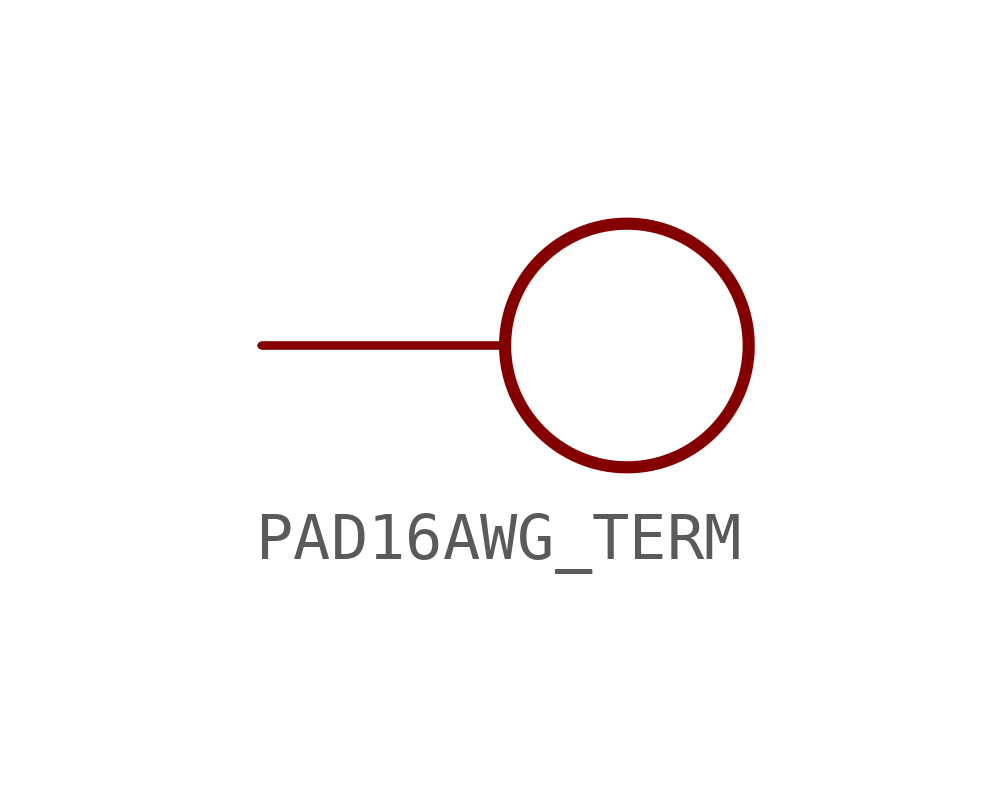
<source format=kicad_sym>
(kicad_symbol_lib
  (version 20231120)
  (generator "kicad_symbol_editor")
  (generator_version "8.0")
  (symbol "PAD16AWG_TERM"
    (property "Reference" ""
      (at -7.62 5.08 0)
      (effects (font (size 1.676 1.425)) (justify left bottom) (hide yes)))
    (property "ki_locked" ""
      (at 0 0 0)
      (effects (font (size 1.27 1.27))))
    (symbol "PAD16AWG_TERM_1_0"
      (circle (center 0 0) (radius 2.54) (stroke (width 0.254) (type solid)) (fill (type none)))
      (pin bidirectional line (at -7.62 0 0) (length 5.08) (name "P$1" (effects (font (size 0 0)))) (number "1" (effects (font (size 0 0)))))
      (pin bidirectional line (at -7.62 0 0) (length 5.08) (name "P$1" (effects (font (size 0 0)))) (number "10" (effects (font (size 0 0)))))
      (pin bidirectional line (at -7.62 0 0) (length 5.08) (name "P$1" (effects (font (size 0 0)))) (number "11" (effects (font (size 0 0)))))
      (pin bidirectional line (at -7.62 0 0) (length 5.08) (name "P$1" (effects (font (size 0 0)))) (number "12" (effects (font (size 0 0)))))
      (pin bidirectional line (at -7.62 0 0) (length 5.08) (name "P$1" (effects (font (size 0 0)))) (number "13" (effects (font (size 0 0)))))
      (pin bidirectional line (at -7.62 0 0) (length 5.08) (name "P$1" (effects (font (size 0 0)))) (number "2" (effects (font (size 0 0)))))
      (pin bidirectional line (at -7.62 0 0) (length 5.08) (name "P$1" (effects (font (size 0 0)))) (number "3" (effects (font (size 0 0)))))
      (pin bidirectional line (at -7.62 0 0) (length 5.08) (name "P$1" (effects (font (size 0 0)))) (number "4" (effects (font (size 0 0)))))
      (pin bidirectional line (at -7.62 0 0) (length 5.08) (name "P$1" (effects (font (size 0 0)))) (number "5" (effects (font (size 0 0)))))
      (pin bidirectional line (at -7.62 0 0) (length 5.08) (name "P$1" (effects (font (size 0 0)))) (number "6" (effects (font (size 0 0)))))
      (pin bidirectional line (at -7.62 0 0) (length 5.08) (name "P$1" (effects (font (size 0 0)))) (number "7" (effects (font (size 0 0)))))
      (pin bidirectional line (at -7.62 0 0) (length 5.08) (name "P$1" (effects (font (size 0 0)))) (number "8" (effects (font (size 0 0)))))
      (pin bidirectional line (at -7.62 0 0) (length 5.08) (name "P$1" (effects (font (size 0 0)))) (number "9" (effects (font (size 0 0))))))))
</source>
